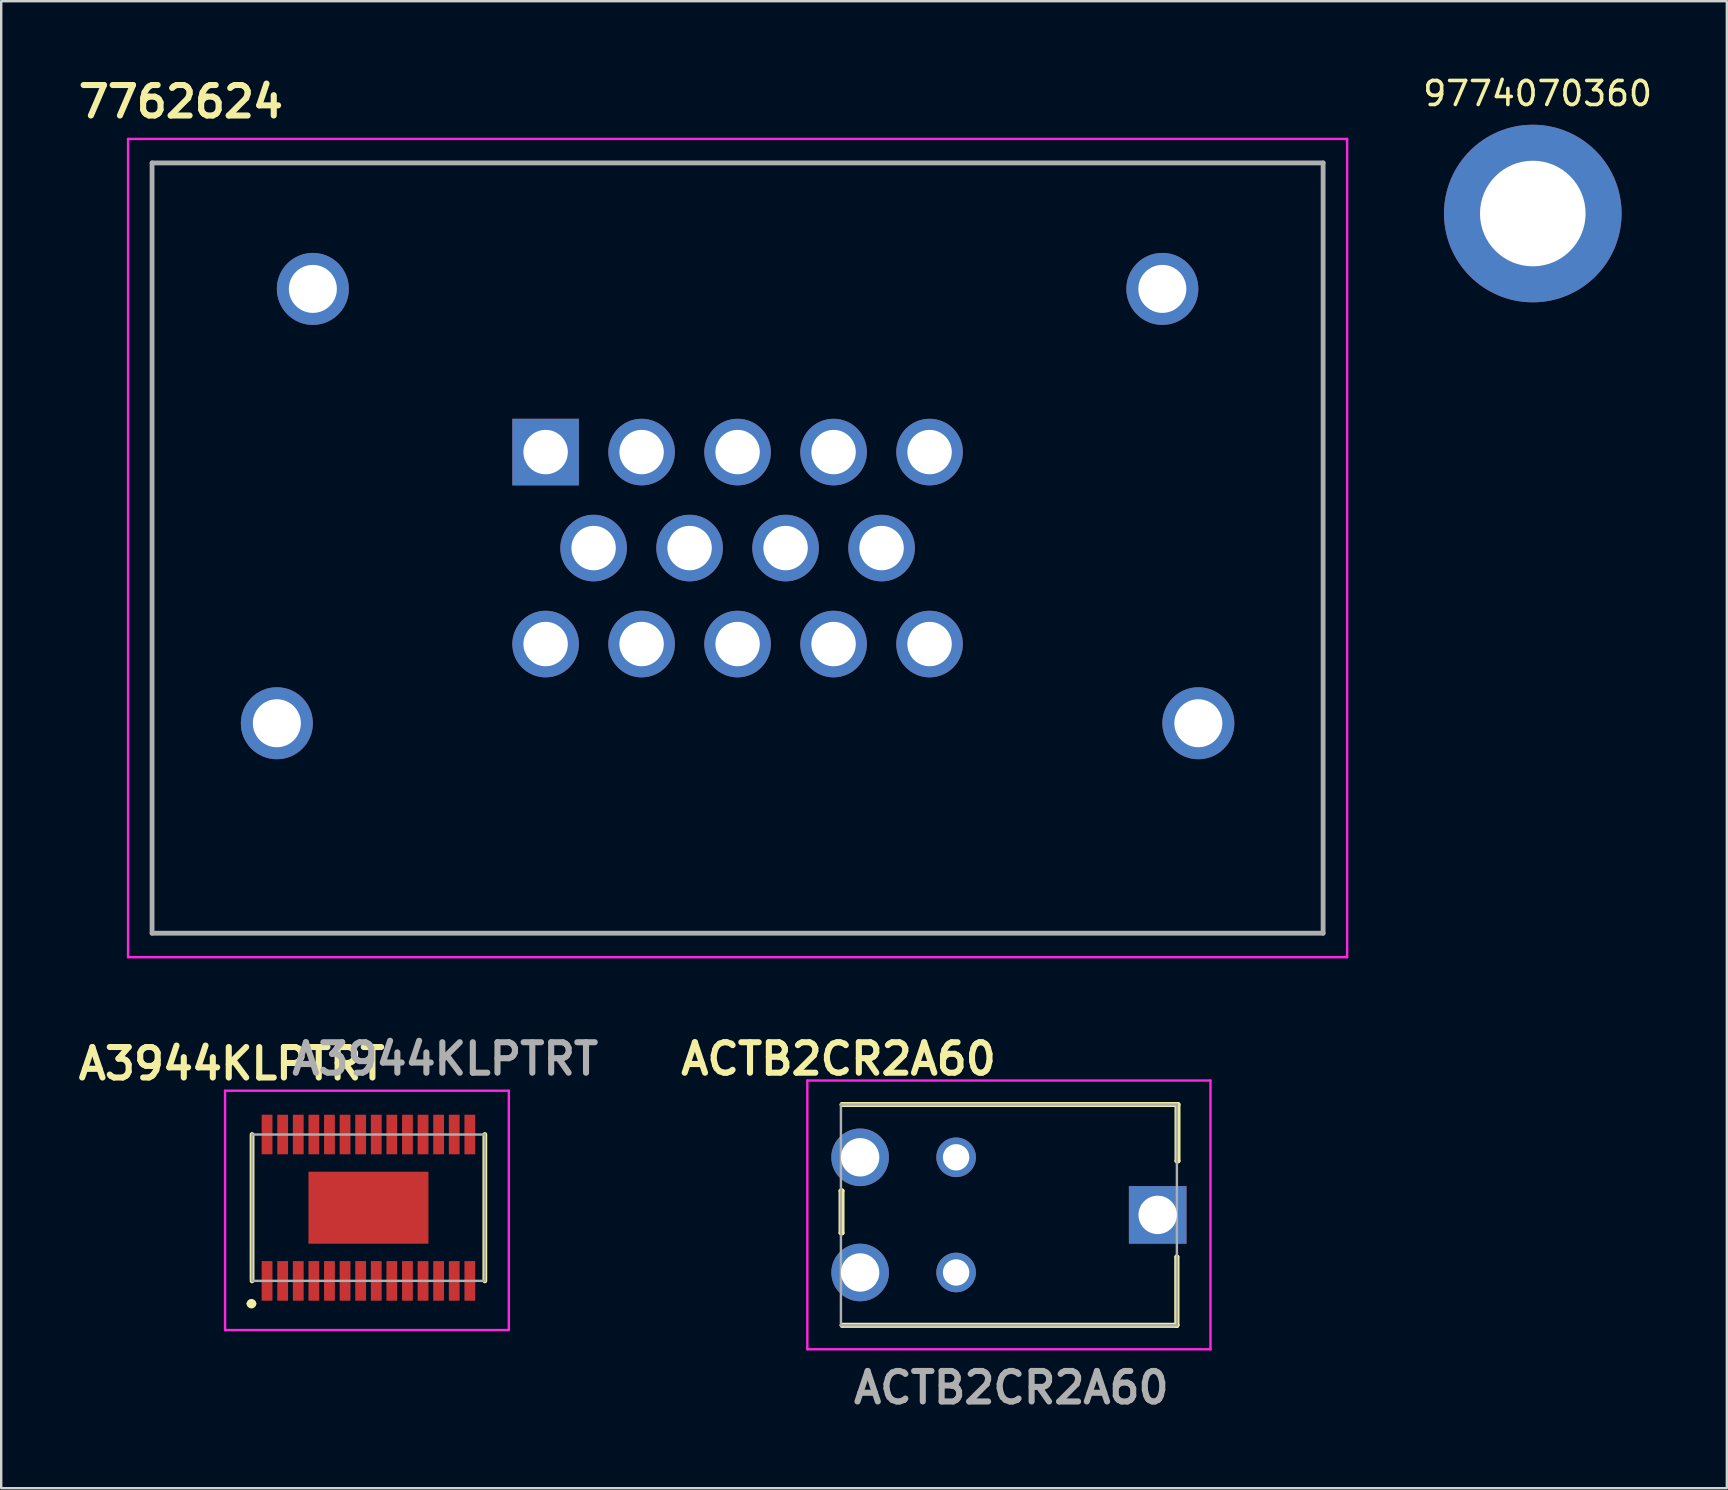
<source format=kicad_pcb>
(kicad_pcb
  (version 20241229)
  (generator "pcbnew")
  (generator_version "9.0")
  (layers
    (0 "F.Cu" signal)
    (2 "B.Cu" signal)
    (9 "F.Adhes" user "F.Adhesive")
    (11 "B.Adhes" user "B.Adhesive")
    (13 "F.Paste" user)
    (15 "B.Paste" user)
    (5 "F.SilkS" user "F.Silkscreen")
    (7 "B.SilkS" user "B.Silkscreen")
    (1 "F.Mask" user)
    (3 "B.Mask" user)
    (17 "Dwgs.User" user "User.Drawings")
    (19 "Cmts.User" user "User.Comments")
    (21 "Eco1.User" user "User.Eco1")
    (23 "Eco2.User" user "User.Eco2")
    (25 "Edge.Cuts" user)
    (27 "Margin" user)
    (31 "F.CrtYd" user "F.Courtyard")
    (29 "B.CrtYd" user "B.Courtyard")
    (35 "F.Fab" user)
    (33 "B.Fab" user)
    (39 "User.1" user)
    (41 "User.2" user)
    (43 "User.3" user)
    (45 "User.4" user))
  (footprint "9774070360"
    (layer "F.Cu")
    (at 60.824 5.848)
    (property "Reference" "9774070360" (at 0.2 -5 0) (unlocked yes) (layer "F.SilkS") (effects (font (size 1 1) (thickness 0.15))))
    (attr through_hole)
    (pad "1" thru_hole circle (at 0 0) (size 7.4 7.4) (drill 4.4) (layers "*.Cu" "*.Mask")))
  (footprint "7762624"
    (layer "F.Cu")
    (at 19.687 15.789)
    (property "Reference" "7762624" (at -15.2 -14.6 0) (layer "F.SilkS") (effects (font (size 1.27 1.27) (thickness 0.254))))
    (attr through_hole)
    (fp_line (start -16.4 -12.05) (end 32.4 -12.05) (stroke (width 0.1) (type solid)) (layer "F.SilkS"))
    (fp_line (start -16.4 20.05) (end -16.4 -12.05) (stroke (width 0.1) (type solid)) (layer "F.SilkS"))
    (fp_line (start 32.4 -12.05) (end 32.4 20.05) (stroke (width 0.1) (type solid)) (layer "F.SilkS"))
    (fp_line (start 32.4 20.05) (end -16.4 20.05) (stroke (width 0.1) (type solid)) (layer "F.SilkS"))
    (fp_line (start -17.4 -13.05) (end 33.4 -13.05) (stroke (width 0.1) (type solid)) (layer "F.CrtYd"))
    (fp_line (start -17.4 21.05) (end -17.4 -13.05) (stroke (width 0.1) (type solid)) (layer "F.CrtYd"))
    (fp_line (start 33.4 -13.05) (end 33.4 21.05) (stroke (width 0.1) (type solid)) (layer "F.CrtYd"))
    (fp_line (start 33.4 21.05) (end -17.4 21.05) (stroke (width 0.1) (type solid)) (layer "F.CrtYd"))
    (fp_line (start -16.4 -12.05) (end -16.4 20.05) (stroke (width 0.2) (type solid)) (layer "F.Fab"))
    (fp_line (start -16.4 20.05) (end 32.4 20.05) (stroke (width 0.2) (type solid)) (layer "F.Fab"))
    (fp_line (start 32.4 -12.05) (end -16.4 -12.05) (stroke (width 0.2) (type solid)) (layer "F.Fab"))
    (fp_line (start 32.4 20.05) (end 32.4 -12.05) (stroke (width 0.2) (type solid)) (layer "F.Fab"))
    (pad "1" thru_hole rect (at 0 0) (size 2.775 2.775) (drill 1.85) (layers "*.Cu" "*.Mask"))
    (pad "2" thru_hole circle (at 4 0) (size 2.775 2.775) (drill 1.85) (layers "*.Cu" "*.Mask"))
    (pad "3" thru_hole circle (at 8 0) (size 2.775 2.775) (drill 1.85) (layers "*.Cu" "*.Mask"))
    (pad "4" thru_hole circle (at 12 0) (size 2.775 2.775) (drill 1.85) (layers "*.Cu" "*.Mask"))
    (pad "5" thru_hole circle (at 16 0) (size 2.775 2.775) (drill 1.85) (layers "*.Cu" "*.Mask"))
    (pad "6" thru_hole circle (at 2 4) (size 2.775 2.775) (drill 1.85) (layers "*.Cu" "*.Mask"))
    (pad "7" thru_hole circle (at 6 4) (size 2.775 2.775) (drill 1.85) (layers "*.Cu" "*.Mask"))
    (pad "8" thru_hole circle (at 10 4) (size 2.775 2.775) (drill 1.85) (layers "*.Cu" "*.Mask"))
    (pad "9" thru_hole circle (at 14 4) (size 2.775 2.775) (drill 1.85) (layers "*.Cu" "*.Mask"))
    (pad "10" thru_hole circle (at 0 8) (size 2.775 2.775) (drill 1.85) (layers "*.Cu" "*.Mask"))
    (pad "11" thru_hole circle (at 4 8) (size 2.775 2.775) (drill 1.85) (layers "*.Cu" "*.Mask"))
    (pad "12" thru_hole circle (at 8 8) (size 2.775 2.775) (drill 1.85) (layers "*.Cu" "*.Mask"))
    (pad "13" thru_hole circle (at 12 8) (size 2.775 2.775) (drill 1.85) (layers "*.Cu" "*.Mask"))
    (pad "14" thru_hole circle (at 16 8) (size 2.775 2.775) (drill 1.85) (layers "*.Cu" "*.Mask"))
    (pad "MH1" thru_hole circle (at -9.7 -6.8) (size 3 3) (drill 2) (layers "*.Cu" "*.Mask"))
    (pad "MH2" thru_hole circle (at 25.7 -6.8) (size 3 3) (drill 2) (layers "*.Cu" "*.Mask"))
    (pad "MH3" thru_hole circle (at -11.2 11.3) (size 3 3) (drill 2) (layers "*.Cu" "*.Mask"))
    (pad "MH4" thru_hole circle (at 27.2 11.3) (size 3 3) (drill 2) (layers "*.Cu" "*.Mask")))
  (footprint "A3944KLPTRT"
    (layer "F.Cu")
    (at 12.304 47.277)
    (property "Reference" "A3944KLPTRT" (at -5.7 -6 0) (layer "F.SilkS") (effects (font (size 1.27 1.27) (thickness 0.254))))
    (attr smd)
    (fp_line (start -4.975 4) (end -4.975 4) (stroke (width 0.2) (type solid)) (layer "F.SilkS"))
    (fp_line (start -4.85 -3.05) (end -4.85 3.05) (stroke (width 0.2) (type solid)) (layer "F.SilkS"))
    (fp_line (start -4.775 4) (end -4.775 4) (stroke (width 0.2) (type solid)) (layer "F.SilkS"))
    (fp_line (start 4.85 -3.05) (end 4.85 3.05) (stroke (width 0.2) (type solid)) (layer "F.SilkS"))
    (fp_arc (start -4.975 4) (mid -4.875 3.9) (end -4.775 4) (stroke (width 0.2) (type solid)) (layer "F.SilkS"))
    (fp_arc (start -4.775 4) (mid -4.875 4.1) (end -4.975 4) (stroke (width 0.2) (type solid)) (layer "F.SilkS"))
    (fp_line (start -5.975 -4.875) (end 5.85 -4.875) (stroke (width 0.1) (type solid)) (layer "F.CrtYd"))
    (fp_line (start -5.975 5.1) (end -5.975 -4.875) (stroke (width 0.1) (type solid)) (layer "F.CrtYd"))
    (fp_line (start 5.85 -4.875) (end 5.85 5.1) (stroke (width 0.1) (type solid)) (layer "F.CrtYd"))
    (fp_line (start 5.85 5.1) (end -5.975 5.1) (stroke (width 0.1) (type solid)) (layer "F.CrtYd"))
    (fp_line (start -4.85 -3.05) (end 4.85 -3.05) (stroke (width 0.1) (type solid)) (layer "F.Fab"))
    (fp_line (start -4.85 3.05) (end -4.85 -3.05) (stroke (width 0.1) (type solid)) (layer "F.Fab"))
    (fp_line (start 4.85 -3.05) (end 4.85 3.05) (stroke (width 0.1) (type solid)) (layer "F.Fab"))
    (fp_line (start 4.85 3.05) (end -4.85 3.05) (stroke (width 0.1) (type solid)) (layer "F.Fab"))
    (fp_text user "${REFERENCE}" (at 3.2 -6.2 0) (layer "F.Fab") (effects (font (size 1.27 1.27) (thickness 0.254))))
    (pad "1" smd rect (at -4.225 3.05) (size 0.45 1.65) (layers "F.Cu" "F.Mask" "F.Paste"))
    (pad "2" smd rect (at -3.575 3.05) (size 0.45 1.65) (layers "F.Cu" "F.Mask" "F.Paste"))
    (pad "3" smd rect (at -2.925 3.05) (size 0.45 1.65) (layers "F.Cu" "F.Mask" "F.Paste"))
    (pad "4" smd rect (at -2.275 3.05) (size 0.45 1.65) (layers "F.Cu" "F.Mask" "F.Paste"))
    (pad "5" smd rect (at -1.625 3.05) (size 0.45 1.65) (layers "F.Cu" "F.Mask" "F.Paste"))
    (pad "6" smd rect (at -0.975 3.05) (size 0.45 1.65) (layers "F.Cu" "F.Mask" "F.Paste"))
    (pad "7" smd rect (at -0.325 3.05) (size 0.45 1.65) (layers "F.Cu" "F.Mask" "F.Paste"))
    (pad "8" smd rect (at 0.325 3.05) (size 0.45 1.65) (layers "F.Cu" "F.Mask" "F.Paste"))
    (pad "9" smd rect (at 0.975 3.05) (size 0.45 1.65) (layers "F.Cu" "F.Mask" "F.Paste"))
    (pad "10" smd rect (at 1.625 3.05) (size 0.45 1.65) (layers "F.Cu" "F.Mask" "F.Paste"))
    (pad "11" smd rect (at 2.275 3.05) (size 0.45 1.65) (layers "F.Cu" "F.Mask" "F.Paste"))
    (pad "12" smd rect (at 2.925 3.05) (size 0.45 1.65) (layers "F.Cu" "F.Mask" "F.Paste"))
    (pad "13" smd rect (at 3.575 3.05) (size 0.45 1.65) (layers "F.Cu" "F.Mask" "F.Paste"))
    (pad "14" smd rect (at 4.225 3.05) (size 0.45 1.65) (layers "F.Cu" "F.Mask" "F.Paste"))
    (pad "15" smd rect (at 4.225 -3.05) (size 0.45 1.65) (layers "F.Cu" "F.Mask" "F.Paste"))
    (pad "16" smd rect (at 3.575 -3.05) (size 0.45 1.65) (layers "F.Cu" "F.Mask" "F.Paste"))
    (pad "17" smd rect (at 2.925 -3.05) (size 0.45 1.65) (layers "F.Cu" "F.Mask" "F.Paste"))
    (pad "18" smd rect (at 2.275 -3.05) (size 0.45 1.65) (layers "F.Cu" "F.Mask" "F.Paste"))
    (pad "19" smd rect (at 1.625 -3.05) (size 0.45 1.65) (layers "F.Cu" "F.Mask" "F.Paste"))
    (pad "20" smd rect (at 0.975 -3.05) (size 0.45 1.65) (layers "F.Cu" "F.Mask" "F.Paste"))
    (pad "21" smd rect (at 0.325 -3.05) (size 0.45 1.65) (layers "F.Cu" "F.Mask" "F.Paste"))
    (pad "22" smd rect (at -0.325 -3.05) (size 0.45 1.65) (layers "F.Cu" "F.Mask" "F.Paste"))
    (pad "23" smd rect (at -0.975 -3.05) (size 0.45 1.65) (layers "F.Cu" "F.Mask" "F.Paste"))
    (pad "24" smd rect (at -1.625 -3.05) (size 0.45 1.65) (layers "F.Cu" "F.Mask" "F.Paste"))
    (pad "25" smd rect (at -2.275 -3.05) (size 0.45 1.65) (layers "F.Cu" "F.Mask" "F.Paste"))
    (pad "26" smd rect (at -2.925 -3.05) (size 0.45 1.65) (layers "F.Cu" "F.Mask" "F.Paste"))
    (pad "27" smd rect (at -3.575 -3.05) (size 0.45 1.65) (layers "F.Cu" "F.Mask" "F.Paste"))
    (pad "28" smd rect (at -4.225 -3.05) (size 0.45 1.65) (layers "F.Cu" "F.Mask" "F.Paste"))
    (pad "29" smd rect (at 0 0 90) (size 3 5) (layers "F.Cu" "F.Mask" "F.Paste")))
  (footprint "ACTB2CR2A60"
    (layer "F.Cu")
    (at 45.193 47.577)
    (property "Reference" "ACTB2CR2A60" (at -13.3 -6.5 0) (layer "F.SilkS") (effects (font (size 1.27 1.27) (thickness 0.254))))
    (attr through_hole)
    (fp_line (start -13.2 -1) (end -13.15 -1) (stroke (width 0.2) (type solid)) (layer "F.SilkS"))
    (fp_line (start -13.2 0.75) (end -13.2 -1) (stroke (width 0.2) (type solid)) (layer "F.SilkS"))
    (fp_line (start -13.15 -4.6) (end -13.15 -4.6) (stroke (width 0.2) (type solid)) (layer "F.SilkS"))
    (fp_line (start -13.15 -4.6) (end 0.8 -4.6) (stroke (width 0.2) (type solid)) (layer "F.SilkS"))
    (fp_line (start -13.15 -1) (end -13.15 0.75) (stroke (width 0.2) (type solid)) (layer "F.SilkS"))
    (fp_line (start -13.15 0.75) (end -13.2 0.75) (stroke (width 0.2) (type solid)) (layer "F.SilkS"))
    (fp_line (start -13.15 4.6) (end -13.15 4.6) (stroke (width 0.2) (type solid)) (layer "F.SilkS"))
    (fp_line (start -13.15 4.6) (end 0.8 4.6) (stroke (width 0.2) (type solid)) (layer "F.SilkS"))
    (fp_line (start 0.8 -4.6) (end -13.15 -4.6) (stroke (width 0.2) (type solid)) (layer "F.SilkS"))
    (fp_line (start 0.8 -4.6) (end 0.8 -4.6) (stroke (width 0.2) (type solid)) (layer "F.SilkS"))
    (fp_line (start 0.8 -4.6) (end 0.85 -4.6) (stroke (width 0.2) (type solid)) (layer "F.SilkS"))
    (fp_line (start 0.8 -2.25) (end 0.8 -4.6) (stroke (width 0.2) (type solid)) (layer "F.SilkS"))
    (fp_line (start 0.8 1.75) (end 0.8 1.75) (stroke (width 0.2) (type solid)) (layer "F.SilkS"))
    (fp_line (start 0.8 1.75) (end 0.8 4.6) (stroke (width 0.2) (type solid)) (layer "F.SilkS"))
    (fp_line (start 0.8 4.6) (end -13.15 4.6) (stroke (width 0.2) (type solid)) (layer "F.SilkS"))
    (fp_line (start 0.8 4.6) (end 0.8 1.75) (stroke (width 0.2) (type solid)) (layer "F.SilkS"))
    (fp_line (start 0.8 4.6) (end 0.8 4.6) (stroke (width 0.2) (type solid)) (layer "F.SilkS"))
    (fp_line (start 0.8 4.6) (end 0.8 4.6) (stroke (width 0.2) (type solid)) (layer "F.SilkS"))
    (fp_line (start 0.85 -4.6) (end 0.85 -2.25) (stroke (width 0.2) (type solid)) (layer "F.SilkS"))
    (fp_line (start 0.85 -2.25) (end 0.8 -2.25) (stroke (width 0.2) (type solid)) (layer "F.SilkS"))
    (fp_line (start -14.6 -5.6) (end -14.6 5.6) (stroke (width 0.1) (type solid)) (layer "F.CrtYd"))
    (fp_line (start -14.6 5.6) (end 2.2 5.6) (stroke (width 0.1) (type solid)) (layer "F.CrtYd"))
    (fp_line (start 2.2 -5.6) (end -14.6 -5.6) (stroke (width 0.1) (type solid)) (layer "F.CrtYd"))
    (fp_line (start 2.2 5.6) (end 2.2 -5.6) (stroke (width 0.1) (type solid)) (layer "F.CrtYd"))
    (fp_line (start -13.2 -4.6) (end 0.8 -4.6) (stroke (width 0.1) (type solid)) (layer "F.Fab"))
    (fp_line (start -13.2 4.6) (end -13.2 -4.6) (stroke (width 0.1) (type solid)) (layer "F.Fab"))
    (fp_line (start 0.8 -4.6) (end 0.8 4.6) (stroke (width 0.1) (type solid)) (layer "F.Fab"))
    (fp_line (start 0.8 4.6) (end -13.2 4.6) (stroke (width 0.1) (type solid)) (layer "F.Fab"))
    (fp_text user "${REFERENCE}" (at -6.1 7.2 0) (layer "F.Fab") (effects (font (size 1.27 1.27) (thickness 0.254))))
    (pad "1" thru_hole rect (at 0 0) (size 2.4 2.4) (drill 1.6) (layers "*.Cu" "*.Mask"))
    (pad "2" thru_hole circle (at -8.4 -2.4) (size 1.65 1.65) (drill 1.1) (layers "*.Cu" "*.Mask"))
    (pad "3" thru_hole circle (at -8.4 2.4) (size 1.65 1.65) (drill 1.1) (layers "*.Cu" "*.Mask"))
    (pad "4" thru_hole circle (at -12.4 -2.4) (size 2.4 2.4) (drill 1.6) (layers "*.Cu" "*.Mask"))
    (pad "5" thru_hole circle (at -12.4 2.4) (size 2.4 2.4) (drill 1.6) (layers "*.Cu" "*.Mask")))
  (gr_rect
    (start -3 -3)
    (end 68.911 58.966)
    (stroke (width 0.1) (type default))
    (fill no)
    (layer "Edge.Cuts")))
</source>
